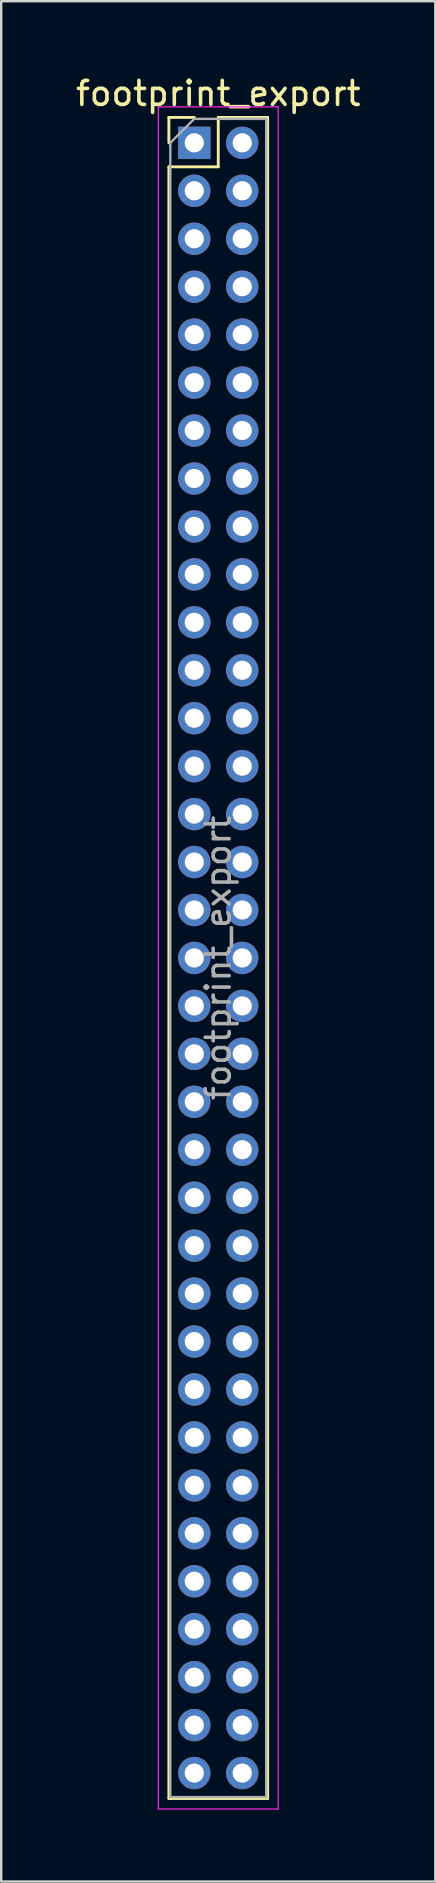
<source format=kicad_pcb>
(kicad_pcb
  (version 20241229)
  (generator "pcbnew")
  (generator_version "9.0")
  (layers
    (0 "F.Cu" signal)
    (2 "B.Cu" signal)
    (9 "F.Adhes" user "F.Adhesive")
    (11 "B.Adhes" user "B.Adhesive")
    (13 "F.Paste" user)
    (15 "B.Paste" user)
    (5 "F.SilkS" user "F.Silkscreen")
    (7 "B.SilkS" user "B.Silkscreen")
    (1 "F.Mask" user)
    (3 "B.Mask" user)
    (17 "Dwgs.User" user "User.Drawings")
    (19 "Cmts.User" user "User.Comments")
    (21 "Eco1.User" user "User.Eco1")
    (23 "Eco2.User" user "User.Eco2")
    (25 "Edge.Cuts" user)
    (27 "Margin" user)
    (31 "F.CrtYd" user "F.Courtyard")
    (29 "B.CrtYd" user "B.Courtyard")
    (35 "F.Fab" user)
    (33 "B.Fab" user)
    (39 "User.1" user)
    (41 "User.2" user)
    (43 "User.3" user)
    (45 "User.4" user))
  (footprint "footprint_export"
    (layer "F.Cu")
    (at 5.054 2.908)
    (property "Reference" "footprint_export" (at 1 -2.06 0) (layer "F.SilkS") (effects (font (size 1 1) (thickness 0.15))))
    (attr through_hole)
    (fp_line (start -1.06 -1.06) (end 0 -1.06) (stroke (width 0.12) (type solid)) (layer "F.SilkS"))
    (fp_line (start -1.06 0) (end -1.06 -1.06) (stroke (width 0.12) (type solid)) (layer "F.SilkS"))
    (fp_line (start -1.06 1) (end -1.06 69.06) (stroke (width 0.12) (type solid)) (layer "F.SilkS"))
    (fp_line (start -1.06 1) (end 1 1) (stroke (width 0.12) (type solid)) (layer "F.SilkS"))
    (fp_line (start -1.06 69.06) (end 3.06 69.06) (stroke (width 0.12) (type solid)) (layer "F.SilkS"))
    (fp_line (start 1 -1.06) (end 3.06 -1.06) (stroke (width 0.12) (type solid)) (layer "F.SilkS"))
    (fp_line (start 1 1) (end 1 -1.06) (stroke (width 0.12) (type solid)) (layer "F.SilkS"))
    (fp_line (start 3.06 -1.06) (end 3.06 69.06) (stroke (width 0.12) (type solid)) (layer "F.SilkS"))
    (fp_line (start -1.5 -1.5) (end -1.5 69.5) (stroke (width 0.05) (type solid)) (layer "F.CrtYd"))
    (fp_line (start -1.5 69.5) (end 3.5 69.5) (stroke (width 0.05) (type solid)) (layer "F.CrtYd"))
    (fp_line (start 3.5 -1.5) (end -1.5 -1.5) (stroke (width 0.05) (type solid)) (layer "F.CrtYd"))
    (fp_line (start 3.5 69.5) (end 3.5 -1.5) (stroke (width 0.05) (type solid)) (layer "F.CrtYd"))
    (fp_line (start -1 0) (end 0 -1) (stroke (width 0.1) (type solid)) (layer "F.Fab"))
    (fp_line (start -1 69) (end -1 0) (stroke (width 0.1) (type solid)) (layer "F.Fab"))
    (fp_line (start 0 -1) (end 3 -1) (stroke (width 0.1) (type solid)) (layer "F.Fab"))
    (fp_line (start 3 -1) (end 3 69) (stroke (width 0.1) (type solid)) (layer "F.Fab"))
    (fp_line (start 3 69) (end -1 69) (stroke (width 0.1) (type solid)) (layer "F.Fab"))
    (fp_text user "${REFERENCE}" (at 1 34 90) (layer "F.Fab") (effects (font (size 1 1) (thickness 0.15))))
    (pad "1" thru_hole rect (at 0 0) (size 1.35 1.35) (drill 0.8) (layers "*.Cu" "*.Mask"))
    (pad "2" thru_hole oval (at 2 0) (size 1.35 1.35) (drill 0.8) (layers "*.Cu" "*.Mask"))
    (pad "3" thru_hole oval (at 0 2) (size 1.35 1.35) (drill 0.8) (layers "*.Cu" "*.Mask"))
    (pad "4" thru_hole oval (at 2 2) (size 1.35 1.35) (drill 0.8) (layers "*.Cu" "*.Mask"))
    (pad "5" thru_hole oval (at 0 4) (size 1.35 1.35) (drill 0.8) (layers "*.Cu" "*.Mask"))
    (pad "6" thru_hole oval (at 2 4) (size 1.35 1.35) (drill 0.8) (layers "*.Cu" "*.Mask"))
    (pad "7" thru_hole oval (at 0 6) (size 1.35 1.35) (drill 0.8) (layers "*.Cu" "*.Mask"))
    (pad "8" thru_hole oval (at 2 6) (size 1.35 1.35) (drill 0.8) (layers "*.Cu" "*.Mask"))
    (pad "9" thru_hole oval (at 0 8) (size 1.35 1.35) (drill 0.8) (layers "*.Cu" "*.Mask"))
    (pad "10" thru_hole oval (at 2 8) (size 1.35 1.35) (drill 0.8) (layers "*.Cu" "*.Mask"))
    (pad "11" thru_hole oval (at 0 10) (size 1.35 1.35) (drill 0.8) (layers "*.Cu" "*.Mask"))
    (pad "12" thru_hole oval (at 2 10) (size 1.35 1.35) (drill 0.8) (layers "*.Cu" "*.Mask"))
    (pad "13" thru_hole oval (at 0 12) (size 1.35 1.35) (drill 0.8) (layers "*.Cu" "*.Mask"))
    (pad "14" thru_hole oval (at 2 12) (size 1.35 1.35) (drill 0.8) (layers "*.Cu" "*.Mask"))
    (pad "15" thru_hole oval (at 0 14) (size 1.35 1.35) (drill 0.8) (layers "*.Cu" "*.Mask"))
    (pad "16" thru_hole oval (at 2 14) (size 1.35 1.35) (drill 0.8) (layers "*.Cu" "*.Mask"))
    (pad "17" thru_hole oval (at 0 16) (size 1.35 1.35) (drill 0.8) (layers "*.Cu" "*.Mask"))
    (pad "18" thru_hole oval (at 2 16) (size 1.35 1.35) (drill 0.8) (layers "*.Cu" "*.Mask"))
    (pad "19" thru_hole oval (at 0 18) (size 1.35 1.35) (drill 0.8) (layers "*.Cu" "*.Mask"))
    (pad "20" thru_hole oval (at 2 18) (size 1.35 1.35) (drill 0.8) (layers "*.Cu" "*.Mask"))
    (pad "21" thru_hole oval (at 0 20) (size 1.35 1.35) (drill 0.8) (layers "*.Cu" "*.Mask"))
    (pad "22" thru_hole oval (at 2 20) (size 1.35 1.35) (drill 0.8) (layers "*.Cu" "*.Mask"))
    (pad "23" thru_hole oval (at 0 22) (size 1.35 1.35) (drill 0.8) (layers "*.Cu" "*.Mask"))
    (pad "24" thru_hole oval (at 2 22) (size 1.35 1.35) (drill 0.8) (layers "*.Cu" "*.Mask"))
    (pad "25" thru_hole oval (at 0 24) (size 1.35 1.35) (drill 0.8) (layers "*.Cu" "*.Mask"))
    (pad "26" thru_hole oval (at 2 24) (size 1.35 1.35) (drill 0.8) (layers "*.Cu" "*.Mask"))
    (pad "27" thru_hole oval (at 0 26) (size 1.35 1.35) (drill 0.8) (layers "*.Cu" "*.Mask"))
    (pad "28" thru_hole oval (at 2 26) (size 1.35 1.35) (drill 0.8) (layers "*.Cu" "*.Mask"))
    (pad "29" thru_hole oval (at 0 28) (size 1.35 1.35) (drill 0.8) (layers "*.Cu" "*.Mask"))
    (pad "30" thru_hole oval (at 2 28) (size 1.35 1.35) (drill 0.8) (layers "*.Cu" "*.Mask"))
    (pad "31" thru_hole oval (at 0 30) (size 1.35 1.35) (drill 0.8) (layers "*.Cu" "*.Mask"))
    (pad "32" thru_hole oval (at 2 30) (size 1.35 1.35) (drill 0.8) (layers "*.Cu" "*.Mask"))
    (pad "33" thru_hole oval (at 0 32) (size 1.35 1.35) (drill 0.8) (layers "*.Cu" "*.Mask"))
    (pad "34" thru_hole oval (at 2 32) (size 1.35 1.35) (drill 0.8) (layers "*.Cu" "*.Mask"))
    (pad "35" thru_hole oval (at 0 34) (size 1.35 1.35) (drill 0.8) (layers "*.Cu" "*.Mask"))
    (pad "36" thru_hole oval (at 2 34) (size 1.35 1.35) (drill 0.8) (layers "*.Cu" "*.Mask"))
    (pad "37" thru_hole oval (at 0 36) (size 1.35 1.35) (drill 0.8) (layers "*.Cu" "*.Mask"))
    (pad "38" thru_hole oval (at 2 36) (size 1.35 1.35) (drill 0.8) (layers "*.Cu" "*.Mask"))
    (pad "39" thru_hole oval (at 0 38) (size 1.35 1.35) (drill 0.8) (layers "*.Cu" "*.Mask"))
    (pad "40" thru_hole oval (at 2 38) (size 1.35 1.35) (drill 0.8) (layers "*.Cu" "*.Mask"))
    (pad "41" thru_hole oval (at 0 40) (size 1.35 1.35) (drill 0.8) (layers "*.Cu" "*.Mask"))
    (pad "42" thru_hole oval (at 2 40) (size 1.35 1.35) (drill 0.8) (layers "*.Cu" "*.Mask"))
    (pad "43" thru_hole oval (at 0 42) (size 1.35 1.35) (drill 0.8) (layers "*.Cu" "*.Mask"))
    (pad "44" thru_hole oval (at 2 42) (size 1.35 1.35) (drill 0.8) (layers "*.Cu" "*.Mask"))
    (pad "45" thru_hole oval (at 0 44) (size 1.35 1.35) (drill 0.8) (layers "*.Cu" "*.Mask"))
    (pad "46" thru_hole oval (at 2 44) (size 1.35 1.35) (drill 0.8) (layers "*.Cu" "*.Mask"))
    (pad "47" thru_hole oval (at 0 46) (size 1.35 1.35) (drill 0.8) (layers "*.Cu" "*.Mask"))
    (pad "48" thru_hole oval (at 2 46) (size 1.35 1.35) (drill 0.8) (layers "*.Cu" "*.Mask"))
    (pad "49" thru_hole oval (at 0 48) (size 1.35 1.35) (drill 0.8) (layers "*.Cu" "*.Mask"))
    (pad "50" thru_hole oval (at 2 48) (size 1.35 1.35) (drill 0.8) (layers "*.Cu" "*.Mask"))
    (pad "51" thru_hole oval (at 0 50) (size 1.35 1.35) (drill 0.8) (layers "*.Cu" "*.Mask"))
    (pad "52" thru_hole oval (at 2 50) (size 1.35 1.35) (drill 0.8) (layers "*.Cu" "*.Mask"))
    (pad "53" thru_hole oval (at 0 52) (size 1.35 1.35) (drill 0.8) (layers "*.Cu" "*.Mask"))
    (pad "54" thru_hole oval (at 2 52) (size 1.35 1.35) (drill 0.8) (layers "*.Cu" "*.Mask"))
    (pad "55" thru_hole oval (at 0 54) (size 1.35 1.35) (drill 0.8) (layers "*.Cu" "*.Mask"))
    (pad "56" thru_hole oval (at 2 54) (size 1.35 1.35) (drill 0.8) (layers "*.Cu" "*.Mask"))
    (pad "57" thru_hole oval (at 0 56) (size 1.35 1.35) (drill 0.8) (layers "*.Cu" "*.Mask"))
    (pad "58" thru_hole oval (at 2 56) (size 1.35 1.35) (drill 0.8) (layers "*.Cu" "*.Mask"))
    (pad "59" thru_hole oval (at 0 58) (size 1.35 1.35) (drill 0.8) (layers "*.Cu" "*.Mask"))
    (pad "60" thru_hole oval (at 2 58) (size 1.35 1.35) (drill 0.8) (layers "*.Cu" "*.Mask"))
    (pad "61" thru_hole oval (at 0 60) (size 1.35 1.35) (drill 0.8) (layers "*.Cu" "*.Mask"))
    (pad "62" thru_hole oval (at 2 60) (size 1.35 1.35) (drill 0.8) (layers "*.Cu" "*.Mask"))
    (pad "63" thru_hole oval (at 0 62) (size 1.35 1.35) (drill 0.8) (layers "*.Cu" "*.Mask"))
    (pad "64" thru_hole oval (at 2 62) (size 1.35 1.35) (drill 0.8) (layers "*.Cu" "*.Mask"))
    (pad "65" thru_hole oval (at 0 64) (size 1.35 1.35) (drill 0.8) (layers "*.Cu" "*.Mask"))
    (pad "66" thru_hole oval (at 2 64) (size 1.35 1.35) (drill 0.8) (layers "*.Cu" "*.Mask"))
    (pad "67" thru_hole oval (at 0 66) (size 1.35 1.35) (drill 0.8) (layers "*.Cu" "*.Mask"))
    (pad "68" thru_hole oval (at 2 66) (size 1.35 1.35) (drill 0.8) (layers "*.Cu" "*.Mask"))
    (pad "69" thru_hole oval (at 0 68) (size 1.35 1.35) (drill 0.8) (layers "*.Cu" "*.Mask"))
    (pad "70" thru_hole oval (at 2 68) (size 1.35 1.35) (drill 0.8) (layers "*.Cu" "*.Mask")))
  (gr_rect
    (start -3 -3)
    (end 15.107 75.433)
    (stroke (width 0.1) (type default))
    (fill no)
    (layer "Edge.Cuts")))
</source>
